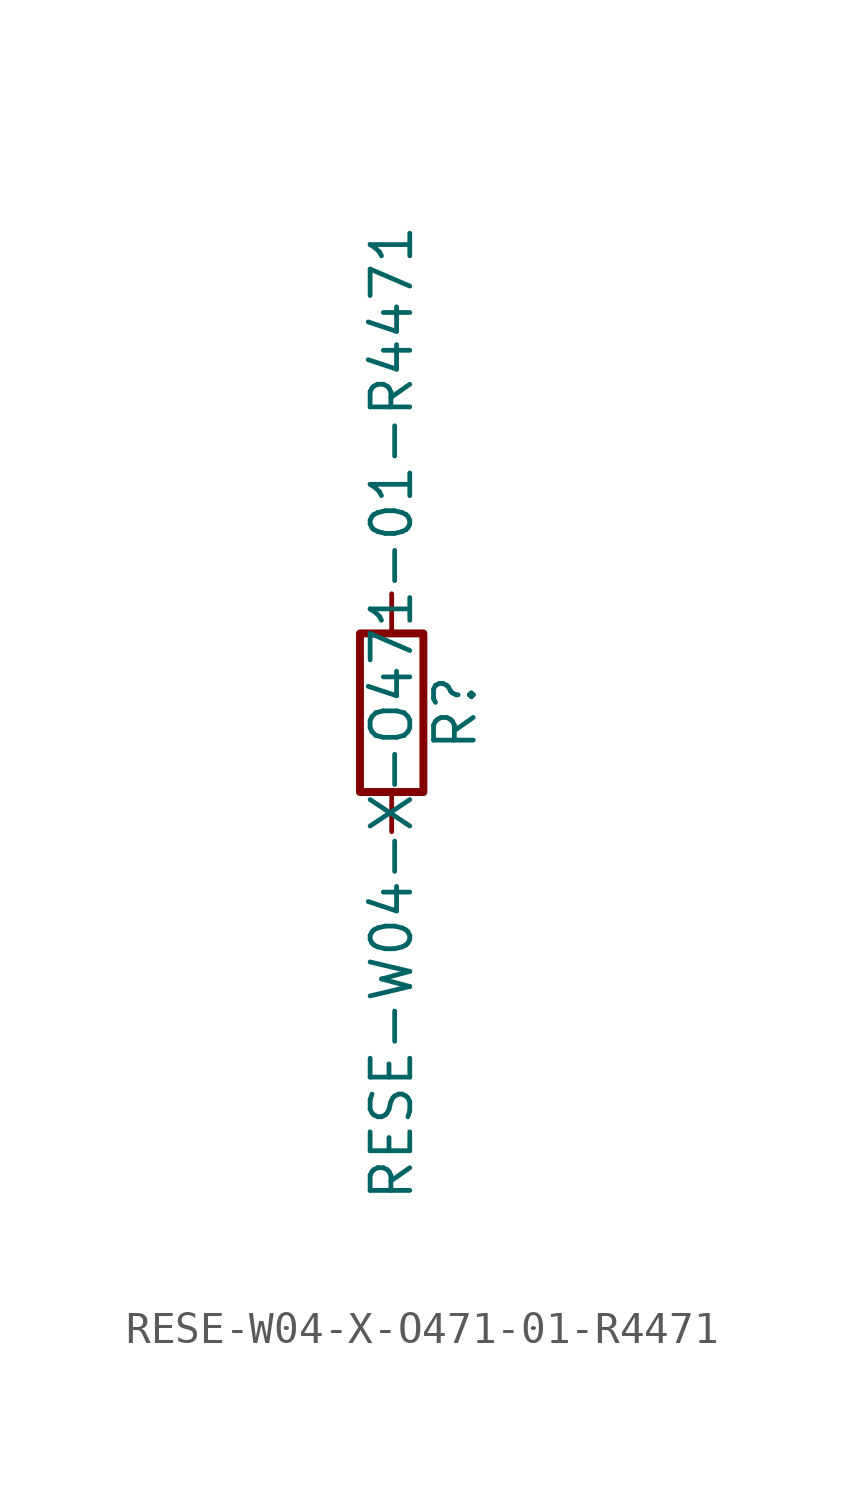
<source format=kicad_sym>
(kicad_symbol_lib
  (version 20211014)
  (generator kicad_symbol_editor)
  (symbol "RESE-W04-X-O471-01-R4471"
    (pin_numbers hide)
    (pin_names
      (offset 0))
    (property "Reference" "R"
      (at 2.032 0 90)
      (effects (font (size 1.27 1.27))))
    (property "Value" "RESE-W04-X-O471-01-R4471"
      (at 0 0 90)
      (effects (font (size 1.27 1.27))))
    (symbol "RESE-W04-X-O471-01-R4471_0_1"
      (rectangle (start -1.016 -2.54) (end 1.016 2.54) (stroke (width 0.254) (type default) (color 0 0 0 0)) (fill (type none))))
    (symbol "RESE-W04-X-O471-01-R4471_1_1"
      (pin passive line (at 0 3.81 270) (length 1.27) (name "~" (effects (font (size 1.27 1.27)))) (number "1" (effects (font (size 1.27 1.27)))))
      (pin passive line (at 0 -3.81 90) (length 1.27) (name "~" (effects (font (size 1.27 1.27)))) (number "2" (effects (font (size 1.27 1.27))))))))
</source>
